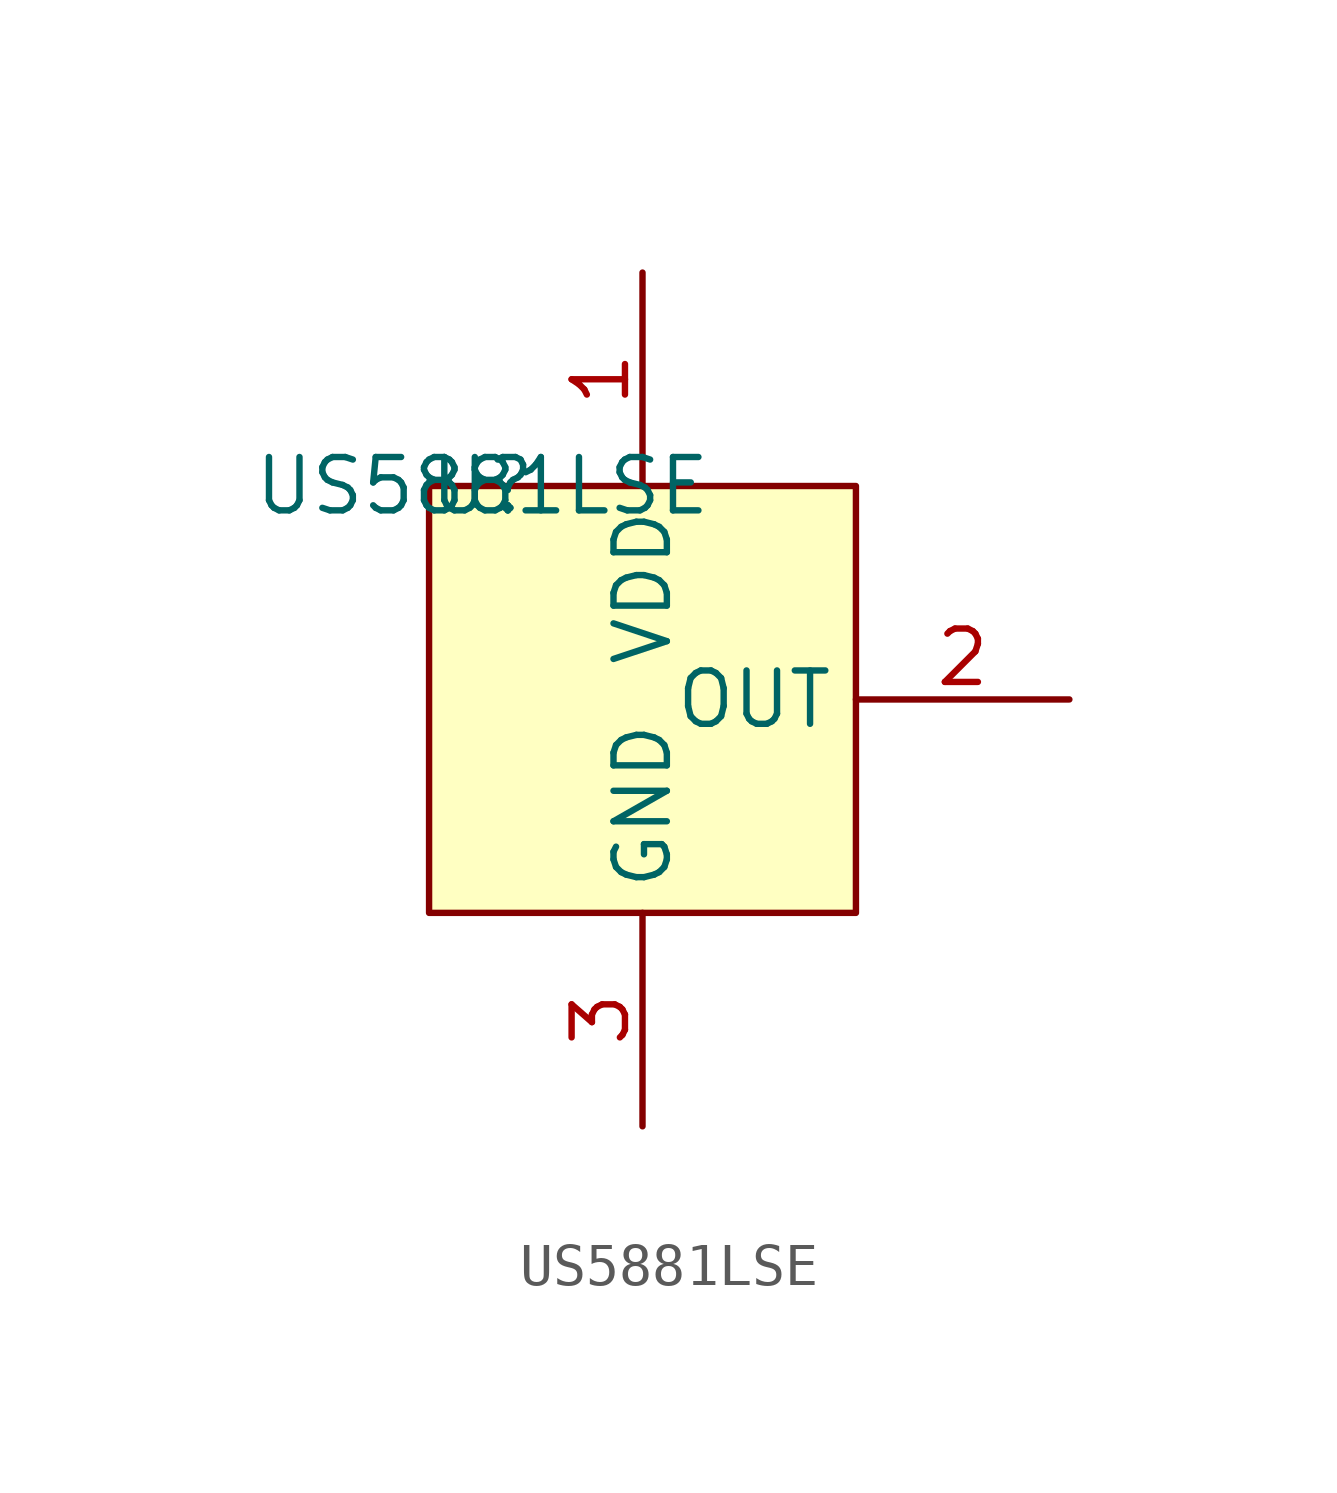
<source format=kicad_sym>
(kicad_symbol_lib
  (version 20211014)
  (generator kicad_symbol_editor)
  (symbol "US5881LSE"
    (property "Reference" "U"
      (at 0 0 0)
      (effects (font (size 1.27 1.27))))
    (property "Value" "US5881LSE"
      (at 0 0 0)
      (effects (font (size 1.27 1.27))))
    (symbol "US5881LSE_0_1"
      (rectangle (start -1.27 0) (end 8.89 -10.16) (stroke (width 0) (type default) (color 0 0 0 0)) (fill (type background))))
    (symbol "US5881LSE_1_1"
      (pin power_in line (at 3.81 5.08 270) (length 5.08) (name "VDD" (effects (font (size 1.27 1.27)))) (number "1" (effects (font (size 1.27 1.27)))))
      (pin open_collector line (at 13.97 -5.08 180) (length 5.08) (name "OUT" (effects (font (size 1.27 1.27)))) (number "2" (effects (font (size 1.27 1.27)))))
      (pin passive line (at 3.81 -15.24 90) (length 5.08) (name "GND" (effects (font (size 1.27 1.27)))) (number "3" (effects (font (size 1.27 1.27))))))))
</source>
